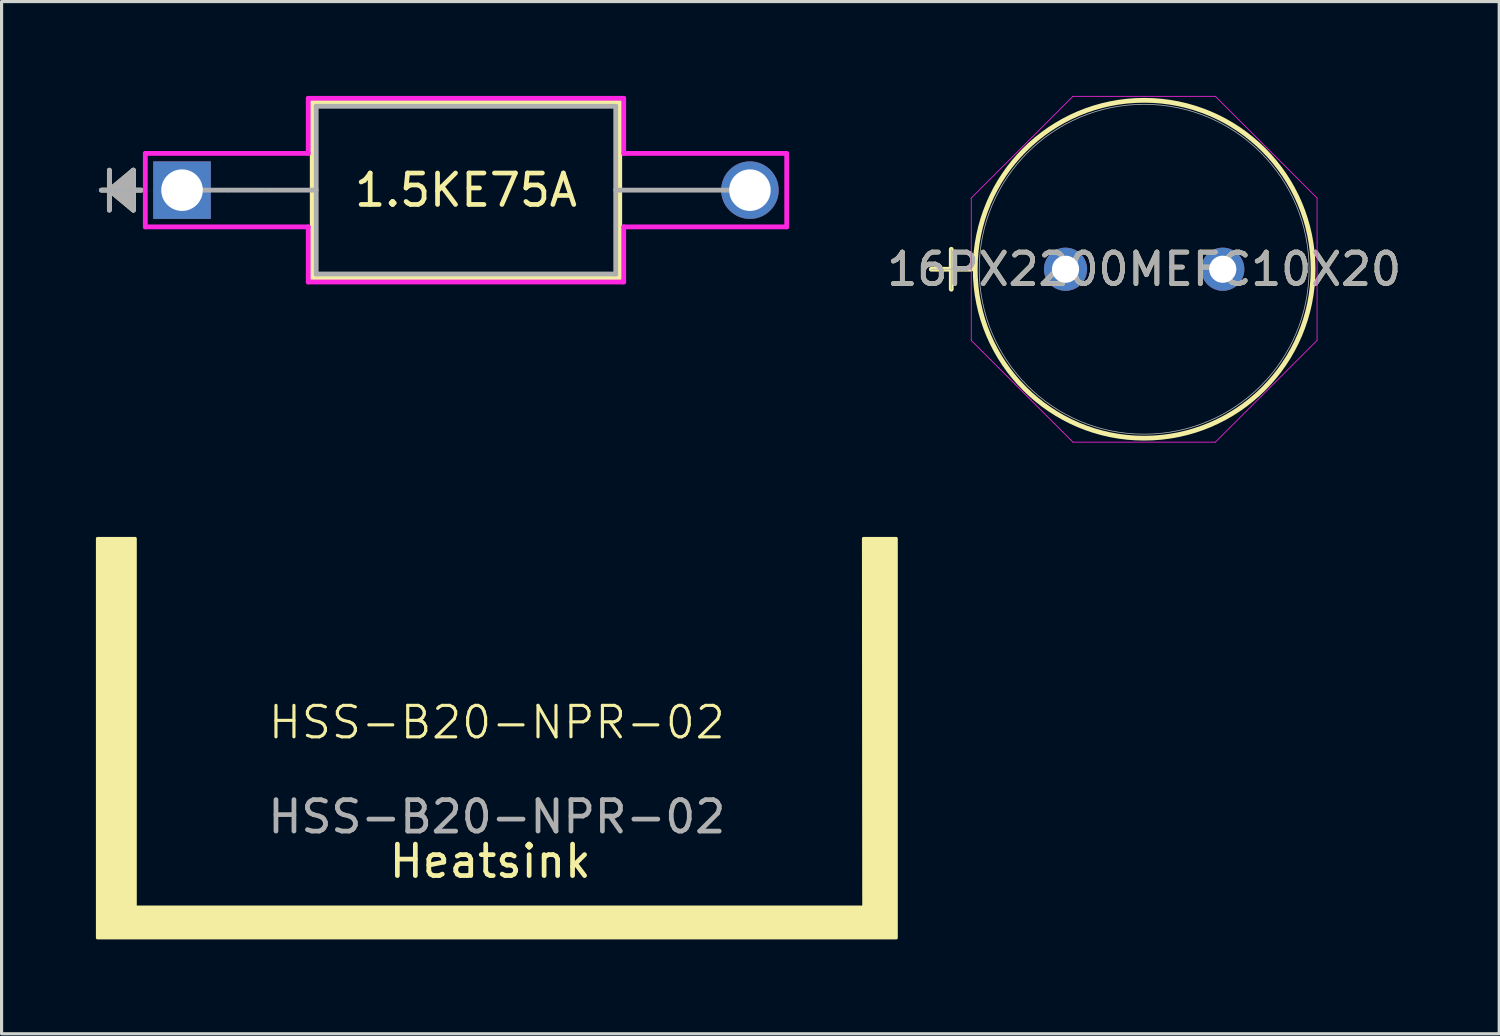
<source format=kicad_pcb>
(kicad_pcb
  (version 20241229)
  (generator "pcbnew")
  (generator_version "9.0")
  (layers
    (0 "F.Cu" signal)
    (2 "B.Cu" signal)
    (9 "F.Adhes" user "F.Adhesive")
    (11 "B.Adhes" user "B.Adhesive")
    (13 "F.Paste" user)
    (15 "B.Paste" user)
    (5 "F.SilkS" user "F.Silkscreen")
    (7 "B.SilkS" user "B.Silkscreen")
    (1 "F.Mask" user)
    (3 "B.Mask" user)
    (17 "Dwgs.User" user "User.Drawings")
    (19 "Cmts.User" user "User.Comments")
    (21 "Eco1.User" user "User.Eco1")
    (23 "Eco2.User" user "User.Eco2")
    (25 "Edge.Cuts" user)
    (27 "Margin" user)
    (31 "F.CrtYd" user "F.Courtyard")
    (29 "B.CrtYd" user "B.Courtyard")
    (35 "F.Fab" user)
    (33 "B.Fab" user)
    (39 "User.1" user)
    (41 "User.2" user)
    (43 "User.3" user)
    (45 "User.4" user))
  (footprint "HSS-B20-NPR-02"
    (layer "F.Cu")
    (at 12.75 20.424)
    (property "Reference" "HSS-B20-NPR-02" (at 0 -0.5 0) (unlocked yes) (layer "F.SilkS") (effects (font (size 1 1) (thickness 0.1))))
    (attr board_only exclude_from_pos_files exclude_from_bom)
    (fp_poly (pts (xy 12.7 -6.35) (xy 12.7 6.35) (xy -12.7 6.35) (xy -12.7 -6.35) (xy -11.5 -6.35) (xy -11.5 5.372) (xy 11.67 5.372) (xy 11.66 -6.35)) (stroke (width 0.1) (type solid)) (fill yes) (layer "F.SilkS"))
    (fp_text user "Heatsink" (at -3.5 4.5 0) (unlocked yes) (layer "F.SilkS") (effects (font (size 1 1) (thickness 0.15)) (justify left bottom)))
    (fp_text user "${REFERENCE}" (at 0 2.5 0) (unlocked yes) (layer "F.Fab") (effects (font (size 1 1) (thickness 0.15)))))
  (footprint "16PX2200MEFC10X20"
    (layer "F.Cu")
    (at 30.835 5.512)
    (property "Reference" "16PX2200MEFC10X20" (at 2.5 0 0) (unlocked yes) (layer "F.SilkS") (effects (font (size 1 1) (thickness 0.15))))
    (attr through_hole)
    (fp_line (start -4.269 0) (end -2.999 0) (stroke (width 0.152) (type solid)) (layer "F.SilkS"))
    (fp_line (start -3.634 -0.635) (end -3.634 0.635) (stroke (width 0.152) (type solid)) (layer "F.SilkS"))
    (fp_circle (center 2.5 0) (end 7.872 0) (stroke (width 0.152) (type solid)) (fill no) (layer "F.SilkS"))
    (fp_line (start -2.999 -2.264) (end 0.236 -5.499) (stroke (width 0.025) (type solid)) (layer "F.CrtYd"))
    (fp_line (start -2.999 2.264) (end -2.999 -2.264) (stroke (width 0.025) (type solid)) (layer "F.CrtYd"))
    (fp_line (start 0.236 -5.499) (end 4.764 -5.499) (stroke (width 0.025) (type solid)) (layer "F.CrtYd"))
    (fp_line (start 0.236 5.499) (end -2.999 2.264) (stroke (width 0.025) (type solid)) (layer "F.CrtYd"))
    (fp_line (start 4.764 -5.499) (end 7.999 -2.264) (stroke (width 0.025) (type solid)) (layer "F.CrtYd"))
    (fp_line (start 4.764 5.499) (end 0.236 5.499) (stroke (width 0.025) (type solid)) (layer "F.CrtYd"))
    (fp_line (start 7.999 -2.264) (end 7.999 2.264) (stroke (width 0.025) (type solid)) (layer "F.CrtYd"))
    (fp_line (start 7.999 2.264) (end 4.764 5.499) (stroke (width 0.025) (type solid)) (layer "F.CrtYd"))
    (fp_line (start -4.269 0) (end -2.999 0) (stroke (width 0.025) (type solid)) (layer "F.Fab"))
    (fp_line (start -3.634 -0.635) (end -3.634 0.635) (stroke (width 0.025) (type solid)) (layer "F.Fab"))
    (fp_circle (center 2.5 0) (end 7.745 0) (stroke (width 0.025) (type solid)) (fill no) (layer "F.Fab"))
    (fp_text user "${REFERENCE}" (at 2.5 0 0) (unlocked yes) (layer "F.Fab") (effects (font (size 1 1) (thickness 0.15))))
    (pad "1" thru_hole circle (at 0 0) (size 1.372 1.372) (drill 0.864) (layers "*.Cu" "*.Mask"))
    (pad "2" thru_hole circle (at 5 0) (size 1.372 1.372) (drill 0.864) (layers "*.Cu" "*.Mask")))
  (footprint "1.5KE75A"
    (layer "F.Cu")
    (at 2.739 2.997)
    (property "Reference" "1.5KE75A" (at 9.03 0 0) (layer "F.SilkS") (effects (font (size 1 1) (thickness 0.15))))
    (attr through_hole)
    (fp_line (start -2.311 -0.635) (end -2.311 0.635) (stroke (width 0.152) (type solid)) (layer "F.SilkS"))
    (fp_line (start -2.311 0) (end -1.549 -0.635) (stroke (width 0.152) (type solid)) (layer "F.SilkS"))
    (fp_line (start -2.311 0) (end -1.549 -0.508) (stroke (width 0.152) (type solid)) (layer "F.SilkS"))
    (fp_line (start -2.311 0) (end -1.549 -0.381) (stroke (width 0.152) (type solid)) (layer "F.SilkS"))
    (fp_line (start -2.311 0) (end -1.549 -0.254) (stroke (width 0.152) (type solid)) (layer "F.SilkS"))
    (fp_line (start -2.311 0) (end -1.549 -0.127) (stroke (width 0.152) (type solid)) (layer "F.SilkS"))
    (fp_line (start -2.311 0) (end -1.549 0.127) (stroke (width 0.152) (type solid)) (layer "F.SilkS"))
    (fp_line (start -2.311 0) (end -1.549 0.254) (stroke (width 0.152) (type solid)) (layer "F.SilkS"))
    (fp_line (start -2.311 0) (end -1.549 0.381) (stroke (width 0.152) (type solid)) (layer "F.SilkS"))
    (fp_line (start -2.311 0) (end -1.549 0.508) (stroke (width 0.152) (type solid)) (layer "F.SilkS"))
    (fp_line (start -2.311 0) (end -1.549 0.635) (stroke (width 0.152) (type solid)) (layer "F.SilkS"))
    (fp_line (start -1.549 -0.635) (end -1.549 0.635) (stroke (width 0.152) (type solid)) (layer "F.SilkS"))
    (fp_line (start -1.295 0) (end -2.565 0) (stroke (width 0.152) (type solid)) (layer "F.SilkS"))
    (fp_line (start 4.14 -2.794) (end 4.14 2.794) (stroke (width 0.152) (type solid)) (layer "F.SilkS"))
    (fp_line (start 4.14 2.794) (end 13.919 2.794) (stroke (width 0.152) (type solid)) (layer "F.SilkS"))
    (fp_line (start 13.919 -2.794) (end 4.14 -2.794) (stroke (width 0.152) (type solid)) (layer "F.SilkS"))
    (fp_line (start 13.919 2.794) (end 13.919 -2.794) (stroke (width 0.152) (type solid)) (layer "F.SilkS"))
    (fp_line (start -1.168 -1.168) (end 4.013 -1.168) (stroke (width 0.152) (type solid)) (layer "F.CrtYd"))
    (fp_line (start -1.168 1.168) (end -1.168 -1.168) (stroke (width 0.152) (type solid)) (layer "F.CrtYd"))
    (fp_line (start 4.013 -2.921) (end 14.046 -2.921) (stroke (width 0.152) (type solid)) (layer "F.CrtYd"))
    (fp_line (start 4.013 -1.168) (end 4.013 -2.921) (stroke (width 0.152) (type solid)) (layer "F.CrtYd"))
    (fp_line (start 4.013 1.168) (end -1.168 1.168) (stroke (width 0.152) (type solid)) (layer "F.CrtYd"))
    (fp_line (start 4.013 2.921) (end 4.013 1.168) (stroke (width 0.152) (type solid)) (layer "F.CrtYd"))
    (fp_line (start 14.046 -2.921) (end 14.046 -1.168) (stroke (width 0.152) (type solid)) (layer "F.CrtYd"))
    (fp_line (start 14.046 -1.168) (end 19.228 -1.168) (stroke (width 0.152) (type solid)) (layer "F.CrtYd"))
    (fp_line (start 14.046 1.168) (end 14.046 2.921) (stroke (width 0.152) (type solid)) (layer "F.CrtYd"))
    (fp_line (start 14.046 2.921) (end 4.013 2.921) (stroke (width 0.152) (type solid)) (layer "F.CrtYd"))
    (fp_line (start 19.228 -1.168) (end 19.228 1.168) (stroke (width 0.152) (type solid)) (layer "F.CrtYd"))
    (fp_line (start 19.228 1.168) (end 14.046 1.168) (stroke (width 0.152) (type solid)) (layer "F.CrtYd"))
    (fp_line (start -2.311 -0.635) (end -2.311 0.635) (stroke (width 0.152) (type solid)) (layer "F.Fab"))
    (fp_line (start -2.311 0) (end -1.549 -0.635) (stroke (width 0.152) (type solid)) (layer "F.Fab"))
    (fp_line (start -2.311 0) (end -1.549 -0.508) (stroke (width 0.152) (type solid)) (layer "F.Fab"))
    (fp_line (start -2.311 0) (end -1.549 -0.381) (stroke (width 0.152) (type solid)) (layer "F.Fab"))
    (fp_line (start -2.311 0) (end -1.549 -0.254) (stroke (width 0.152) (type solid)) (layer "F.Fab"))
    (fp_line (start -2.311 0) (end -1.549 -0.127) (stroke (width 0.152) (type solid)) (layer "F.Fab"))
    (fp_line (start -2.311 0) (end -1.549 0.127) (stroke (width 0.152) (type solid)) (layer "F.Fab"))
    (fp_line (start -2.311 0) (end -1.549 0.254) (stroke (width 0.152) (type solid)) (layer "F.Fab"))
    (fp_line (start -2.311 0) (end -1.549 0.381) (stroke (width 0.152) (type solid)) (layer "F.Fab"))
    (fp_line (start -2.311 0) (end -1.549 0.508) (stroke (width 0.152) (type solid)) (layer "F.Fab"))
    (fp_line (start -2.311 0) (end -1.549 0.635) (stroke (width 0.152) (type solid)) (layer "F.Fab"))
    (fp_line (start -1.549 -0.635) (end -1.549 0.635) (stroke (width 0.152) (type solid)) (layer "F.Fab"))
    (fp_line (start -1.295 0) (end -2.565 0) (stroke (width 0.152) (type solid)) (layer "F.Fab"))
    (fp_line (start 0 0) (end 4.267 0) (stroke (width 0.152) (type solid)) (layer "F.Fab"))
    (fp_line (start 4.267 -2.667) (end 4.267 2.667) (stroke (width 0.152) (type solid)) (layer "F.Fab"))
    (fp_line (start 4.267 2.667) (end 13.792 2.667) (stroke (width 0.152) (type solid)) (layer "F.Fab"))
    (fp_line (start 13.792 -2.667) (end 4.267 -2.667) (stroke (width 0.152) (type solid)) (layer "F.Fab"))
    (fp_line (start 13.792 2.667) (end 13.792 -2.667) (stroke (width 0.152) (type solid)) (layer "F.Fab"))
    (fp_line (start 18.059 0) (end 13.792 0) (stroke (width 0.152) (type solid)) (layer "F.Fab"))
    (fp_text user "Copyright 2016 Accelerated Designs. All rights reserved." (at 0 0 0) (layer "Cmts.User") (effects (font (size 0.127 0.127) (thickness 0.002))))
    (pad "1" thru_hole rect (at 0 0) (size 1.829 1.829) (drill 1.321) (layers "*.Cu" "*.Mask"))
    (pad "2" thru_hole circle (at 18.059 0) (size 1.829 1.829) (drill 1.321) (layers "*.Cu" "*.Mask")))
  (gr_rect
    (start -3 -3)
    (end 44.626 29.824)
    (stroke (width 0.1) (type default))
    (fill no)
    (layer "Edge.Cuts")))
</source>
